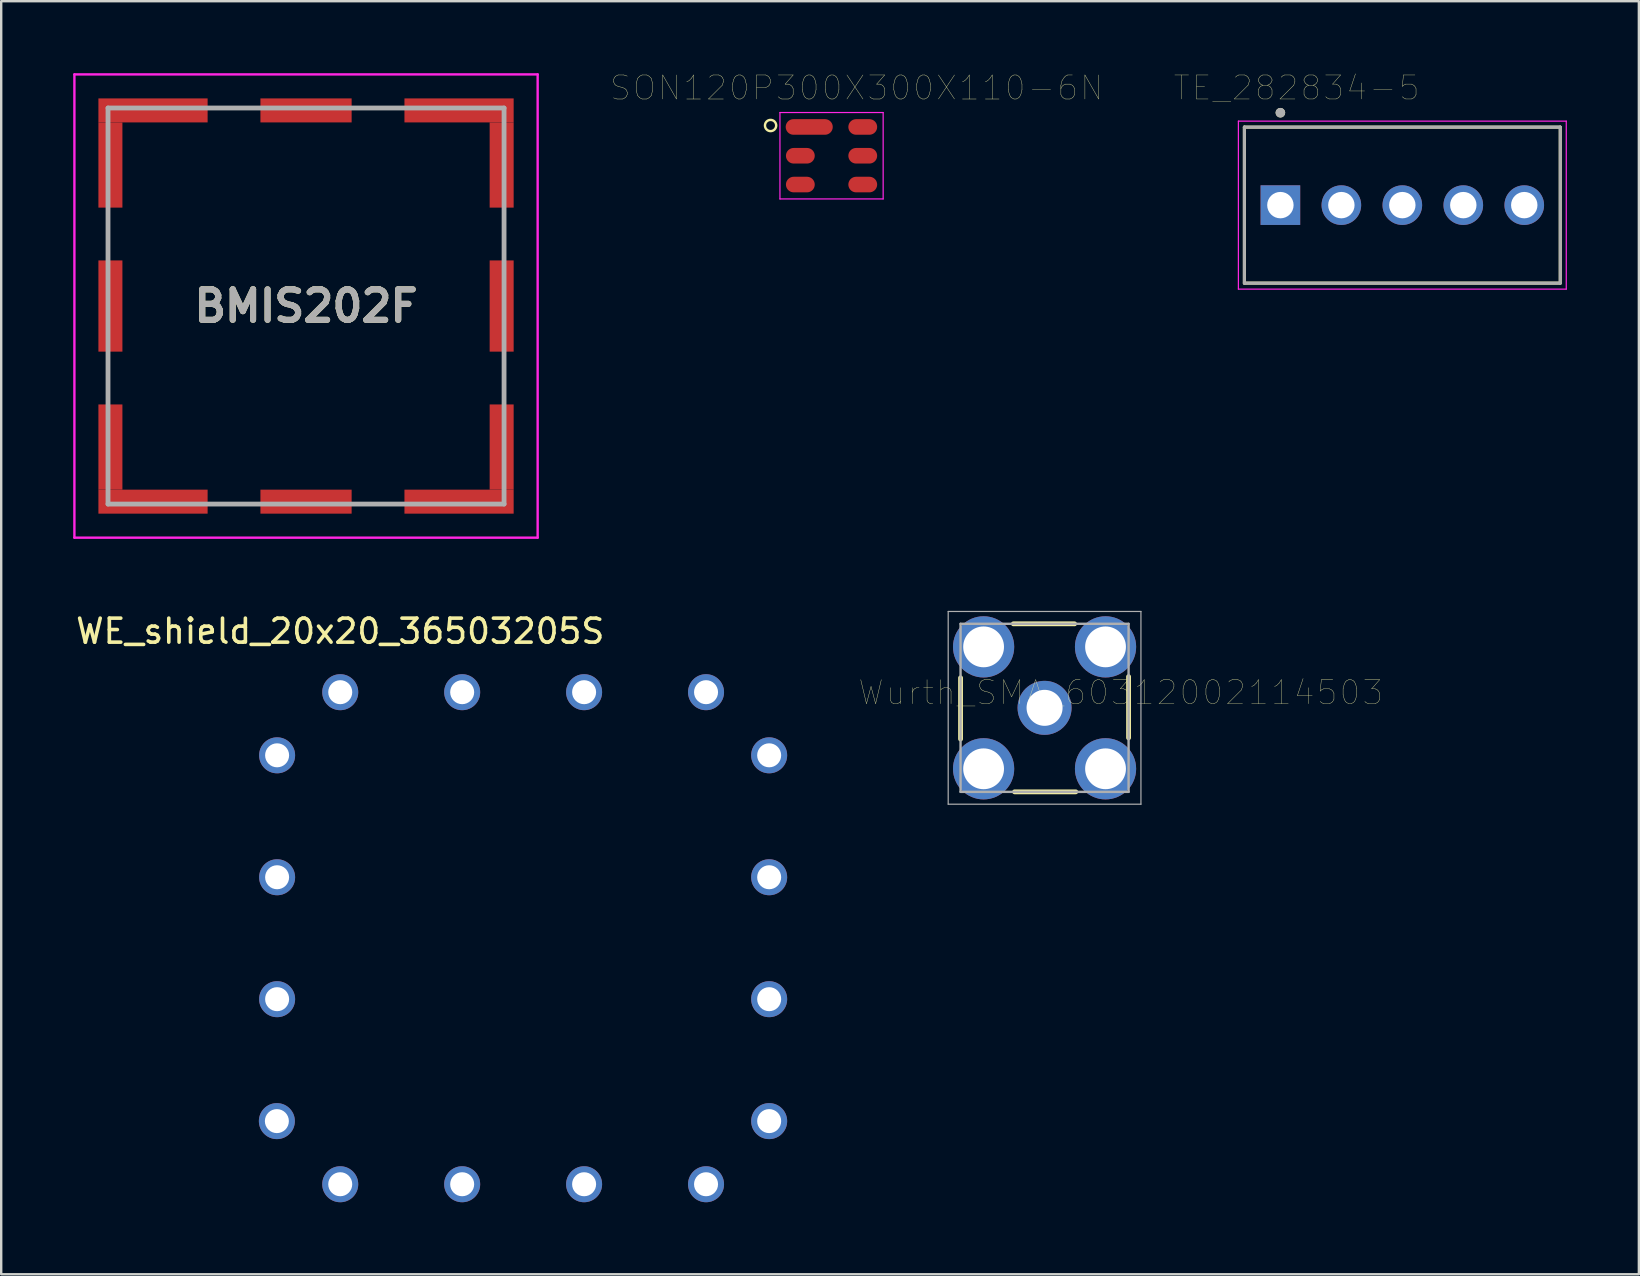
<source format=kicad_pcb>
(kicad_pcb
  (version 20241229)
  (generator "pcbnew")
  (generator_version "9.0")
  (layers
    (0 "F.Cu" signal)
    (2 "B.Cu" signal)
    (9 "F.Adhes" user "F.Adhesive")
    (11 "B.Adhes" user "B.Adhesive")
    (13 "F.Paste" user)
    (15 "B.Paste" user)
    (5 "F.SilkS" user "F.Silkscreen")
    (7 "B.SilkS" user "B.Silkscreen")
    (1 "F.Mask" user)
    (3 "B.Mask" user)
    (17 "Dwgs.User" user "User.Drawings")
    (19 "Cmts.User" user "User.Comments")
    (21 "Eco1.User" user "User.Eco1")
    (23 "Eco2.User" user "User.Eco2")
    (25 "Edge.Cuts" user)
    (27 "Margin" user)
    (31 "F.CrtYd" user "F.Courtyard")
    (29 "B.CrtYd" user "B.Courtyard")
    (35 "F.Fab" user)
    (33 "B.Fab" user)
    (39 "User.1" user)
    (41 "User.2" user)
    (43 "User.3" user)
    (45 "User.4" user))
  (footprint "WE_shield_20x20_36503205S"
    (layer "F.Cu")
    (at 11.125 25.788)
    (property "Reference" "WE_shield_20x20_36503205S" (at 0 -2.54 0) (layer "F.SilkS") (effects (font (size 1 1) (thickness 0.15))))
    (attr through_hole)
    (pad "1" thru_hole circle (at -2.64 17.87) (size 1.5 1.5) (drill 1) (layers "*.Cu" "*.Mask"))
    (pad "1" thru_hole circle (at -2.63 2.63) (size 1.5 1.5) (drill 1) (layers "*.Cu" "*.Mask"))
    (pad "1" thru_hole circle (at -2.63 7.71) (size 1.5 1.5) (drill 1) (layers "*.Cu" "*.Mask"))
    (pad "1" thru_hole circle (at -2.63 12.79) (size 1.5 1.5) (drill 1) (layers "*.Cu" "*.Mask"))
    (pad "1" thru_hole circle (at 0 0) (size 1.5 1.5) (drill 1) (layers "*.Cu" "*.Mask"))
    (pad "1" thru_hole circle (at 0 20.5) (size 1.5 1.5) (drill 1) (layers "*.Cu" "*.Mask"))
    (pad "1" thru_hole circle (at 5.08 0) (size 1.5 1.5) (drill 1) (layers "*.Cu" "*.Mask"))
    (pad "1" thru_hole circle (at 5.08 20.5) (size 1.5 1.5) (drill 1) (layers "*.Cu" "*.Mask"))
    (pad "1" thru_hole circle (at 10.16 0) (size 1.5 1.5) (drill 1) (layers "*.Cu" "*.Mask"))
    (pad "1" thru_hole circle (at 10.16 20.5) (size 1.5 1.5) (drill 1) (layers "*.Cu" "*.Mask"))
    (pad "1" thru_hole circle (at 15.24 0) (size 1.5 1.5) (drill 1) (layers "*.Cu" "*.Mask"))
    (pad "1" thru_hole circle (at 15.24 20.5) (size 1.5 1.5) (drill 1) (layers "*.Cu" "*.Mask"))
    (pad "1" thru_hole circle (at 17.87 2.63) (size 1.5 1.5) (drill 1) (layers "*.Cu" "*.Mask"))
    (pad "1" thru_hole circle (at 17.87 7.71) (size 1.5 1.5) (drill 1) (layers "*.Cu" "*.Mask"))
    (pad "1" thru_hole circle (at 17.87 12.79) (size 1.5 1.5) (drill 1) (layers "*.Cu" "*.Mask"))
    (pad "1" thru_hole circle (at 17.87 17.87) (size 1.5 1.5) (drill 1) (layers "*.Cu" "*.Mask")))
  (footprint "TE_282834-5"
    (layer "F.Cu")
    (at 55.374 5.496)
    (property "Reference" "TE_282834-5" (at -4.405 -4.885 0) (layer "F.SilkS") (effects (font (size 1 1) (thickness 0.015))))
    (attr through_hole)
    (fp_line (start -6.58 -3.25) (end 6.58 -3.25) (stroke (width 0.127) (type solid)) (layer "F.SilkS"))
    (fp_line (start -6.58 3.25) (end -6.58 -3.25) (stroke (width 0.127) (type solid)) (layer "F.SilkS"))
    (fp_line (start 6.58 -3.25) (end 6.58 3.25) (stroke (width 0.127) (type solid)) (layer "F.SilkS"))
    (fp_line (start 6.58 3.25) (end -6.58 3.25) (stroke (width 0.127) (type solid)) (layer "F.SilkS"))
    (fp_circle (center -5.08 -3.85) (end -4.98 -3.85) (stroke (width 0.2) (type solid)) (fill no) (layer "F.SilkS"))
    (fp_line (start -6.83 -3.5) (end 6.83 -3.5) (stroke (width 0.05) (type solid)) (layer "F.CrtYd"))
    (fp_line (start -6.83 3.5) (end -6.83 -3.5) (stroke (width 0.05) (type solid)) (layer "F.CrtYd"))
    (fp_line (start 6.83 -3.5) (end 6.83 3.5) (stroke (width 0.05) (type solid)) (layer "F.CrtYd"))
    (fp_line (start 6.83 3.5) (end -6.83 3.5) (stroke (width 0.05) (type solid)) (layer "F.CrtYd"))
    (fp_line (start -6.58 -3.25) (end 6.58 -3.25) (stroke (width 0.127) (type solid)) (layer "F.Fab"))
    (fp_line (start -6.58 3.25) (end -6.58 -3.25) (stroke (width 0.127) (type solid)) (layer "F.Fab"))
    (fp_line (start 6.58 -3.25) (end 6.58 3.25) (stroke (width 0.127) (type solid)) (layer "F.Fab"))
    (fp_line (start 6.58 3.25) (end -6.58 3.25) (stroke (width 0.127) (type solid)) (layer "F.Fab"))
    (fp_circle (center -5.08 -3.85) (end -4.98 -3.85) (stroke (width 0.2) (type solid)) (fill no) (layer "F.Fab"))
    (pad "1" thru_hole rect (at -5.08 0) (size 1.65 1.65) (drill 1.1) (layers "*.Cu" "*.Mask"))
    (pad "2" thru_hole circle (at -2.54 0) (size 1.65 1.65) (drill 1.1) (layers "*.Cu" "*.Mask"))
    (pad "3" thru_hole circle (at 0 0) (size 1.65 1.65) (drill 1.1) (layers "*.Cu" "*.Mask"))
    (pad "4" thru_hole circle (at 2.54 0) (size 1.65 1.65) (drill 1.1) (layers "*.Cu" "*.Mask"))
    (pad "5" thru_hole circle (at 5.08 0) (size 1.65 1.65) (drill 1.1) (layers "*.Cu" "*.Mask")))
  (footprint "SON120P300X300X110-6N"
    (layer "F.Cu")
    (at 31.594 3.439)
    (property "Reference" "SON120P300X300X110-6N" (at 1.046 -2.827 0) (layer "F.SilkS") (effects (font (size 1.001 1.001) (thickness 0.015))))
    (attr through_hole)
    (fp_circle (center -2.54 -1.26) (end -2.306 -1.26) (stroke (width 0.1) (type solid)) (fill no) (layer "F.SilkS"))
    (fp_line (start -2.15 -1.8) (end 2.15 -1.8) (stroke (width 0.05) (type solid)) (layer "F.CrtYd"))
    (fp_line (start -2.15 1.8) (end -2.15 -1.8) (stroke (width 0.05) (type solid)) (layer "F.CrtYd"))
    (fp_line (start 2.15 -1.8) (end 2.15 1.8) (stroke (width 0.05) (type solid)) (layer "F.CrtYd"))
    (fp_line (start 2.15 1.8) (end -2.15 1.8) (stroke (width 0.05) (type solid)) (layer "F.CrtYd"))
    (pad "1" smd oval (at -0.93 -1.2) (size 1.96 0.65) (layers "F.Cu" "F.Mask" "F.Paste"))
    (pad "2" smd oval (at -1.3 0) (size 1.2 0.65) (layers "F.Cu" "F.Mask" "F.Paste"))
    (pad "3" smd oval (at -1.3 1.2) (size 1.2 0.65) (layers "F.Cu" "F.Mask" "F.Paste"))
    (pad "4" smd oval (at 1.3 1.2) (size 1.2 0.65) (layers "F.Cu" "F.Mask" "F.Paste"))
    (pad "5" smd oval (at 1.3 0) (size 1.2 0.65) (layers "F.Cu" "F.Mask" "F.Paste"))
    (pad "6" smd oval (at 1.3 -1.2) (size 1.2 0.65) (layers "F.Cu" "F.Mask" "F.Paste")))
  (footprint "Wurth_SMA_60312002114503"
    (layer "F.Cu")
    (at 40.469 26.44)
    (property "Reference" "Wurth_SMA_60312002114503" (at 3.175 -0.635 0) (layer "F.SilkS") (effects (font (size 1 1) (thickness 0.015))))
    (attr through_hole)
    (fp_line (start -3.5 1.3) (end -3.5 -1.25) (stroke (width 0.2) (type solid)) (layer "F.SilkS"))
    (fp_line (start -1.3 -3.5) (end 1.25 -3.5) (stroke (width 0.2) (type solid)) (layer "F.SilkS"))
    (fp_line (start -1.25 3.5) (end 1.3 3.5) (stroke (width 0.2) (type solid)) (layer "F.SilkS"))
    (fp_line (start 3.5 1.25) (end 3.5 -1.3) (stroke (width 0.2) (type solid)) (layer "F.SilkS"))
    (fp_line (start -4.015 -4.015) (end 4.015 -4.015) (stroke (width 0.05) (type solid)) (layer "F.Fab"))
    (fp_line (start -4.015 4.015) (end -4.015 -4.015) (stroke (width 0.05) (type solid)) (layer "F.Fab"))
    (fp_line (start -4.015 4.015) (end 4.015 4.015) (stroke (width 0.05) (type solid)) (layer "F.Fab"))
    (fp_line (start -3.5 -3.5) (end 3.5 -3.5) (stroke (width 0.1) (type solid)) (layer "F.Fab"))
    (fp_line (start -3.5 3.5) (end -3.5 -3.5) (stroke (width 0.1) (type solid)) (layer "F.Fab"))
    (fp_line (start -3.5 3.5) (end 3.5 3.5) (stroke (width 0.1) (type solid)) (layer "F.Fab"))
    (fp_line (start -0.5 0) (end 0.5 0) (stroke (width 0.05) (type solid)) (layer "F.Fab"))
    (fp_line (start 0 0.5) (end 0 -0.5) (stroke (width 0.05) (type solid)) (layer "F.Fab"))
    (fp_line (start 3.5 3.5) (end 3.5 -3.5) (stroke (width 0.1) (type solid)) (layer "F.Fab"))
    (fp_line (start 4.015 4.015) (end 4.015 -4.015) (stroke (width 0.05) (type solid)) (layer "F.Fab"))
    (pad "1" thru_hole circle (at 0 0) (size 2.25 2.25) (drill 1.5) (layers "*.Cu" "*.Mask"))
    (pad "2" thru_hole circle (at -2.54 -2.54) (size 2.55 2.55) (drill 1.7) (layers "*.Cu" "*.Mask"))
    (pad "3" thru_hole circle (at 2.54 -2.54) (size 2.55 2.55) (drill 1.7) (layers "*.Cu" "*.Mask"))
    (pad "4" thru_hole circle (at 2.54 2.54) (size 2.55 2.55) (drill 1.7) (layers "*.Cu" "*.Mask"))
    (pad "5" thru_hole circle (at -2.54 2.54) (size 2.55 2.55) (drill 1.7) (layers "*.Cu" "*.Mask")))
  (footprint "BMIS202F"
    (layer "F.Cu")
    (at 9.7 9.7)
    (property "Reference" "BMIS202F" (at 0 0 0) (layer "F.SilkS") (effects (font (size 1.27 1.27) (thickness 0.254))))
    (attr smd)
    (fp_line (start -8.25 -3.75) (end -8.25 -2.25) (stroke (width 0.1) (type solid)) (layer "F.SilkS"))
    (fp_line (start -8.25 2.25) (end -8.25 3.75) (stroke (width 0.1) (type solid)) (layer "F.SilkS"))
    (fp_line (start -3.75 -8.25) (end -2.25 -8.25) (stroke (width 0.1) (type solid)) (layer "F.SilkS"))
    (fp_line (start -3.75 8.25) (end -2.25 8.25) (stroke (width 0.1) (type solid)) (layer "F.SilkS"))
    (fp_line (start 2.25 -8.25) (end 3.75 -8.25) (stroke (width 0.1) (type solid)) (layer "F.SilkS"))
    (fp_line (start 2.25 8.25) (end 3.75 8.25) (stroke (width 0.1) (type solid)) (layer "F.SilkS"))
    (fp_line (start 8.25 -3.75) (end 8.25 -2.25) (stroke (width 0.1) (type solid)) (layer "F.SilkS"))
    (fp_line (start 8.25 2.25) (end 8.25 3.75) (stroke (width 0.1) (type solid)) (layer "F.SilkS"))
    (fp_line (start -9.65 -9.65) (end 9.65 -9.65) (stroke (width 0.1) (type solid)) (layer "F.CrtYd"))
    (fp_line (start -9.65 9.65) (end -9.65 -9.65) (stroke (width 0.1) (type solid)) (layer "F.CrtYd"))
    (fp_line (start 9.65 -9.65) (end 9.65 9.65) (stroke (width 0.1) (type solid)) (layer "F.CrtYd"))
    (fp_line (start 9.65 9.65) (end -9.65 9.65) (stroke (width 0.1) (type solid)) (layer "F.CrtYd"))
    (fp_line (start -8.25 -8.25) (end 8.25 -8.25) (stroke (width 0.2) (type solid)) (layer "F.Fab"))
    (fp_line (start -8.25 8.25) (end -8.25 -8.25) (stroke (width 0.2) (type solid)) (layer "F.Fab"))
    (fp_line (start 8.25 -8.25) (end 8.25 8.25) (stroke (width 0.2) (type solid)) (layer "F.Fab"))
    (fp_line (start 8.25 8.25) (end -8.25 8.25) (stroke (width 0.2) (type solid)) (layer "F.Fab"))
    (fp_text user "${REFERENCE}" (at 0 0 0) (layer "F.Fab") (effects (font (size 1.27 1.27) (thickness 0.254))))
    (pad "1" smd rect (at -6.375 8.15 90) (size 1 4.55) (layers "F.Cu" "F.Mask" "F.Paste"))
    (pad "2" smd rect (at 0 8.15 90) (size 1 3.8) (layers "F.Cu" "F.Mask" "F.Paste"))
    (pad "3" smd rect (at 6.375 8.15 90) (size 1 4.55) (layers "F.Cu" "F.Mask" "F.Paste"))
    (pad "4" smd rect (at 8.15 5.875) (size 1 3.55) (layers "F.Cu" "F.Mask" "F.Paste"))
    (pad "5" smd rect (at 8.15 0) (size 1 3.8) (layers "F.Cu" "F.Mask" "F.Paste"))
    (pad "6" smd rect (at 8.15 -5.875) (size 1 3.55) (layers "F.Cu" "F.Mask" "F.Paste"))
    (pad "7" smd rect (at 6.375 -8.15 90) (size 1 4.55) (layers "F.Cu" "F.Mask" "F.Paste"))
    (pad "8" smd rect (at 0 -8.15 90) (size 1 3.8) (layers "F.Cu" "F.Mask" "F.Paste"))
    (pad "9" smd rect (at -6.375 -8.15 90) (size 1 4.55) (layers "F.Cu" "F.Mask" "F.Paste"))
    (pad "10" smd rect (at -8.15 -5.875) (size 1 3.55) (layers "F.Cu" "F.Mask" "F.Paste"))
    (pad "11" smd rect (at -8.15 0) (size 1 3.8) (layers "F.Cu" "F.Mask" "F.Paste"))
    (pad "12" smd rect (at -8.15 5.875) (size 1 3.55) (layers "F.Cu" "F.Mask" "F.Paste")))
  (gr_rect
    (start -3 -3)
    (end 65.229 50.038)
    (stroke (width 0.1) (type default))
    (fill no)
    (layer "Edge.Cuts")))
</source>
